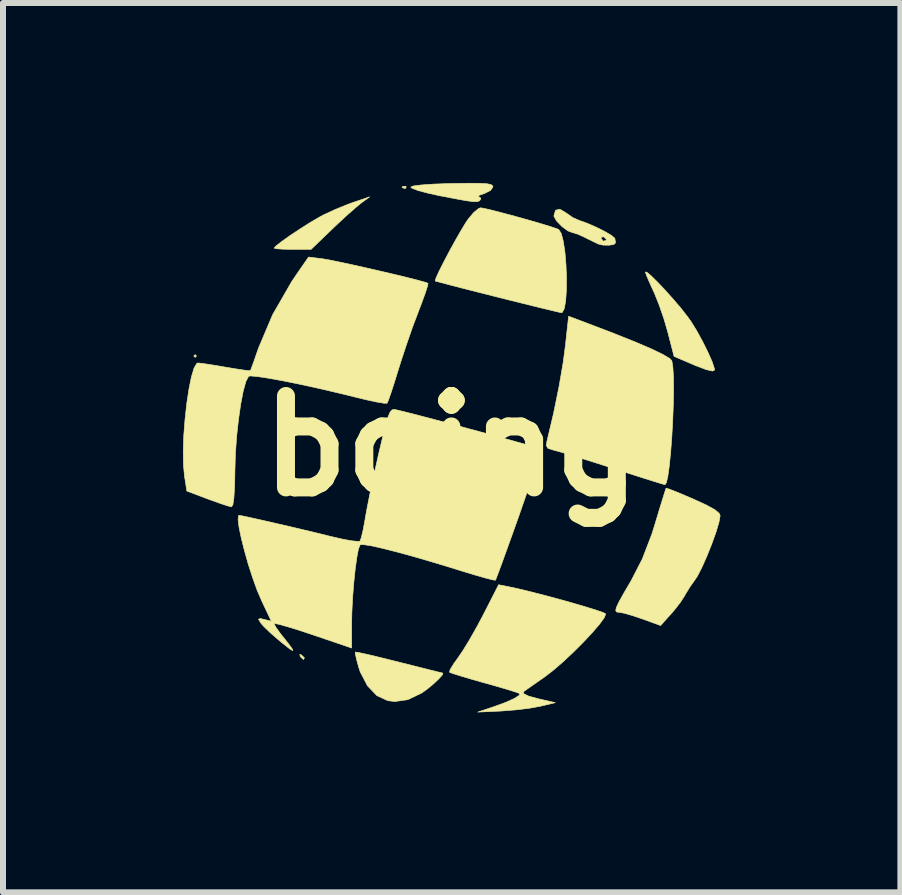
<source format=kicad_pcb>
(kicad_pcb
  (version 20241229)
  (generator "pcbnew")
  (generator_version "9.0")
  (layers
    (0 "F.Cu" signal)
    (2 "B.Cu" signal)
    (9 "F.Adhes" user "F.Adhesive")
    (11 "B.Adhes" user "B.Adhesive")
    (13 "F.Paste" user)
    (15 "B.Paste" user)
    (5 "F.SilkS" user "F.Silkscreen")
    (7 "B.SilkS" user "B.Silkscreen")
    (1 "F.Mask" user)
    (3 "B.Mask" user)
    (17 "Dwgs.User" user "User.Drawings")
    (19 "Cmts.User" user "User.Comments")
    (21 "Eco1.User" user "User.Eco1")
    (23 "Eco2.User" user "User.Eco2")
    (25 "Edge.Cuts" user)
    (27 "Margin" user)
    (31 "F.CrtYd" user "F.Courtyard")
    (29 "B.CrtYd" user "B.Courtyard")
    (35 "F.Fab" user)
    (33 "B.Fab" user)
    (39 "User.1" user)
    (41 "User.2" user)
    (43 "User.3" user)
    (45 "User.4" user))
  (footprint "boing"
    (layer "F.Cu")
    (at 4.475 4.386)
    (property "Reference" "boing" (at 0 0 0) (layer "F.SilkS") (effects (font (size 1.524 1.524) (thickness 0.3))))
    (attr through_hole)
    (fp_poly (pts (xy -4.249 -1.501) (xy -4.272 -1.478) (xy -4.295 -1.501) (xy -4.272 -1.524) (xy -4.249 -1.501)) (stroke (width 0.01) (type solid)) (fill yes) (layer "F.SilkS"))
    (fp_poly (pts (xy -0.754 -4.326) (xy -0.761 -4.298) (xy -0.785 -4.295) (xy -0.823 -4.312) (xy -0.816 -4.326) (xy -0.761 -4.331) (xy -0.754 -4.326)) (stroke (width 0.01) (type solid)) (fill yes) (layer "F.SilkS"))
    (fp_poly (pts (xy -2.501 3.482) (xy -2.451 3.529) (xy -2.462 3.556) (xy -2.468 3.556) (xy -2.507 3.523) (xy -2.521 3.503) (xy -2.527 3.471) (xy -2.501 3.482)) (stroke (width 0.01) (type solid)) (fill yes) (layer "F.SilkS"))
    (fp_poly (pts (xy -1.501 -4.054) (xy -1.593 -3.978) (xy -1.73 -3.858) (xy -1.889 -3.711) (xy -1.989 -3.616) (xy -2.339 -3.279) (xy -2.647 -3.279) (xy -2.802 -3.282) (xy -2.913 -3.289) (xy -2.956 -3.3) (xy -2.956 -3.3) (xy -2.919 -3.34) (xy -2.822 -3.415) (xy -2.684 -3.513) (xy -2.522 -3.62) (xy -2.357 -3.725) (xy -2.207 -3.813) (xy -2.125 -3.857) (xy -1.932 -3.946) (xy -1.72 -4.032) (xy -1.617 -4.069) (xy -1.362 -4.155) (xy -1.501 -4.054)) (stroke (width 0.01) (type solid)) (fill yes) (layer "F.SilkS"))
    (fp_poly (pts (xy -1.555 3.44) (xy -1.434 3.466) (xy -1.255 3.508) (xy -1.032 3.563) (xy -0.875 3.602) (xy -0.632 3.663) (xy -0.422 3.716) (xy -0.26 3.757) (xy -0.163 3.78) (xy -0.142 3.785) (xy -0.149 3.813) (xy -0.208 3.879) (xy -0.299 3.965) (xy -0.402 4.05) (xy -0.494 4.116) (xy -0.727 4.228) (xy -0.945 4.259) (xy -1.062 4.244) (xy -1.243 4.16) (xy -1.399 3.997) (xy -1.518 3.769) (xy -1.545 3.689) (xy -1.582 3.553) (xy -1.602 3.46) (xy -1.602 3.434) (xy -1.555 3.44)) (stroke (width 0.01) (type solid)) (fill yes) (layer "F.SilkS"))
    (fp_poly (pts (xy 3.26 -2.897) (xy 3.333 -2.835) (xy 3.439 -2.73) (xy 3.566 -2.596) (xy 3.699 -2.447) (xy 3.827 -2.297) (xy 3.935 -2.159) (xy 3.994 -2.077) (xy 4.091 -1.92) (xy 4.19 -1.739) (xy 4.279 -1.559) (xy 4.348 -1.402) (xy 4.384 -1.292) (xy 4.387 -1.268) (xy 4.353 -1.25) (xy 4.249 -1.274) (xy 4.069 -1.342) (xy 3.992 -1.375) (xy 3.712 -1.495) (xy 3.61 -1.89) (xy 3.544 -2.118) (xy 3.462 -2.356) (xy 3.381 -2.557) (xy 3.37 -2.579) (xy 3.302 -2.729) (xy 3.253 -2.844) (xy 3.233 -2.901) (xy 3.233 -2.902) (xy 3.26 -2.897)) (stroke (width 0.01) (type solid)) (fill yes) (layer "F.SilkS"))
    (fp_poly (pts (xy 0.47 -4.38) (xy 0.592 -4.373) (xy 0.661 -4.359) (xy 0.689 -4.337) (xy 0.693 -4.321) (xy 0.653 -4.262) (xy 0.554 -4.212) (xy 0.543 -4.208) (xy 0.46 -4.179) (xy 0.445 -4.162) (xy 0.453 -4.161) (xy 0.491 -4.131) (xy 0.485 -4.11) (xy 0.464 -4.086) (xy 0.426 -4.074) (xy 0.358 -4.075) (xy 0.244 -4.091) (xy 0.071 -4.122) (xy -0.178 -4.17) (xy -0.196 -4.173) (xy -0.395 -4.217) (xy -0.553 -4.259) (xy -0.652 -4.296) (xy -0.678 -4.318) (xy -0.627 -4.337) (xy -0.496 -4.353) (xy -0.297 -4.367) (xy -0.043 -4.376) (xy 0.015 -4.377) (xy 0.282 -4.381) (xy 0.47 -4.38)) (stroke (width 0.01) (type solid)) (fill yes) (layer "F.SilkS"))
    (fp_poly (pts (xy 2.257 -2.05) (xy 2.705 -1.879) (xy 3.066 -1.735) (xy 3.342 -1.616) (xy 3.534 -1.523) (xy 3.645 -1.455) (xy 3.675 -1.421) (xy 3.692 -1.315) (xy 3.702 -1.145) (xy 3.704 -0.928) (xy 3.699 -0.678) (xy 3.689 -0.412) (xy 3.674 -0.146) (xy 3.655 0.106) (xy 3.633 0.326) (xy 3.609 0.5) (xy 3.584 0.611) (xy 3.561 0.644) (xy 3.51 0.63) (xy 3.386 0.592) (xy 3.201 0.534) (xy 2.972 0.461) (xy 2.71 0.377) (xy 2.696 0.372) (xy 2.423 0.285) (xy 2.171 0.206) (xy 1.957 0.14) (xy 1.798 0.093) (xy 1.711 0.07) (xy 1.611 0.039) (xy 1.581 -0.011) (xy 1.594 -0.085) (xy 1.701 -0.535) (xy 1.793 -0.983) (xy 1.864 -1.397) (xy 1.9 -1.671) (xy 1.954 -2.164) (xy 2.257 -2.05)) (stroke (width 0.01) (type solid)) (fill yes) (layer "F.SilkS"))
    (fp_poly (pts (xy 1.908 -3.889) (xy 2.025 -3.808) (xy 2.124 -3.764) (xy 2.259 -3.716) (xy 2.411 -3.65) (xy 2.555 -3.578) (xy 2.666 -3.513) (xy 2.722 -3.467) (xy 2.725 -3.46) (xy 2.736 -3.389) (xy 2.736 -3.388) (xy 2.709 -3.361) (xy 2.627 -3.348) (xy 2.527 -3.35) (xy 2.448 -3.369) (xy 2.361 -3.411) (xy 2.25 -3.466) (xy 2.494 -3.466) (xy 2.527 -3.419) (xy 2.54 -3.417) (xy 2.585 -3.433) (xy 2.586 -3.438) (xy 2.554 -3.477) (xy 2.54 -3.487) (xy 2.497 -3.483) (xy 2.494 -3.466) (xy 2.25 -3.466) (xy 2.24 -3.471) (xy 2.225 -3.479) (xy 2.112 -3.53) (xy 2.034 -3.555) (xy 2.026 -3.556) (xy 1.942 -3.587) (xy 1.84 -3.663) (xy 1.752 -3.754) (xy 1.709 -3.832) (xy 1.709 -3.839) (xy 1.736 -3.931) (xy 1.808 -3.949) (xy 1.908 -3.889)) (stroke (width 0.01) (type solid)) (fill yes) (layer "F.SilkS"))
    (fp_poly (pts (xy 3.623 0.715) (xy 3.733 0.757) (xy 3.892 0.823) (xy 4.034 0.884) (xy 4.254 0.985) (xy 4.395 1.063) (xy 4.466 1.124) (xy 4.48 1.16) (xy 4.461 1.268) (xy 4.412 1.433) (xy 4.341 1.631) (xy 4.259 1.836) (xy 4.176 2.023) (xy 4.102 2.167) (xy 4.069 2.217) (xy 3.976 2.349) (xy 3.899 2.474) (xy 3.887 2.498) (xy 3.82 2.601) (xy 3.718 2.733) (xy 3.656 2.804) (xy 3.487 2.992) (xy 3.187 2.883) (xy 3.022 2.827) (xy 2.882 2.787) (xy 2.801 2.772) (xy 2.757 2.767) (xy 2.739 2.743) (xy 2.751 2.689) (xy 2.796 2.593) (xy 2.881 2.441) (xy 3 2.238) (xy 3.183 1.882) (xy 3.342 1.468) (xy 3.4 1.282) (xy 3.464 1.068) (xy 3.519 0.889) (xy 3.559 0.762) (xy 3.578 0.705) (xy 3.579 0.703) (xy 3.623 0.715)) (stroke (width 0.01) (type solid)) (fill yes) (layer "F.SilkS"))
    (fp_poly (pts (xy 0.559 -3.959) (xy 0.698 -3.926) (xy 0.883 -3.878) (xy 1.094 -3.821) (xy 1.309 -3.761) (xy 1.507 -3.703) (xy 1.667 -3.654) (xy 1.768 -3.619) (xy 1.79 -3.609) (xy 1.832 -3.542) (xy 1.866 -3.409) (xy 1.893 -3.23) (xy 1.91 -3.022) (xy 1.919 -2.806) (xy 1.917 -2.6) (xy 1.905 -2.422) (xy 1.882 -2.291) (xy 1.847 -2.227) (xy 1.832 -2.223) (xy 1.774 -2.236) (xy 1.639 -2.268) (xy 1.441 -2.316) (xy 1.195 -2.377) (xy 0.913 -2.447) (xy 0.762 -2.485) (xy 0.47 -2.559) (xy 0.209 -2.625) (xy -0.007 -2.681) (xy -0.166 -2.723) (xy -0.255 -2.747) (xy -0.27 -2.752) (xy -0.258 -2.797) (xy -0.211 -2.903) (xy -0.136 -3.052) (xy -0.045 -3.226) (xy 0.054 -3.407) (xy 0.15 -3.575) (xy 0.233 -3.713) (xy 0.281 -3.785) (xy 0.373 -3.894) (xy 0.456 -3.961) (xy 0.487 -3.972) (xy 0.559 -3.959)) (stroke (width 0.01) (type solid)) (fill yes) (layer "F.SilkS"))
    (fp_poly (pts (xy 0.936 2.341) (xy 1.11 2.378) (xy 1.324 2.43) (xy 1.562 2.491) (xy 1.808 2.557) (xy 2.045 2.624) (xy 2.256 2.686) (xy 2.426 2.739) (xy 2.537 2.778) (xy 2.572 2.798) (xy 2.55 2.859) (xy 2.472 2.966) (xy 2.351 3.108) (xy 2.199 3.27) (xy 2.03 3.439) (xy 1.857 3.601) (xy 1.693 3.742) (xy 1.559 3.845) (xy 1.407 3.951) (xy 1.287 4.035) (xy 1.215 4.086) (xy 1.205 4.094) (xy 1.205 4.128) (xy 1.286 4.168) (xy 1.454 4.214) (xy 1.486 4.221) (xy 1.732 4.278) (xy 1.478 4.338) (xy 1.305 4.37) (xy 1.084 4.397) (xy 0.859 4.415) (xy 0.831 4.417) (xy 0.439 4.435) (xy 0.693 4.35) (xy 0.897 4.276) (xy 1.047 4.209) (xy 1.131 4.156) (xy 1.14 4.127) (xy 1.09 4.107) (xy 0.968 4.068) (xy 0.792 4.016) (xy 0.58 3.956) (xy 0.554 3.949) (xy 0.339 3.888) (xy 0.158 3.834) (xy 0.029 3.794) (xy -0.031 3.771) (xy -0.033 3.77) (xy -0.019 3.724) (xy 0.039 3.629) (xy 0.109 3.532) (xy 0.197 3.402) (xy 0.31 3.216) (xy 0.432 3) (xy 0.531 2.814) (xy 0.787 2.312) (xy 0.936 2.341)) (stroke (width 0.01) (type solid)) (fill yes) (layer "F.SilkS"))
    (fp_poly (pts (xy -2.149 -3.122) (xy -2.043 -3.104) (xy -1.876 -3.07) (xy -1.665 -3.025) (xy -1.428 -2.972) (xy -1.18 -2.915) (xy -0.939 -2.859) (xy -0.722 -2.806) (xy -0.547 -2.761) (xy -0.43 -2.729) (xy -0.389 -2.713) (xy -0.398 -2.666) (xy -0.435 -2.552) (xy -0.494 -2.389) (xy -0.552 -2.237) (xy -0.646 -1.988) (xy -0.748 -1.694) (xy -0.844 -1.403) (xy -0.889 -1.259) (xy -0.953 -1.053) (xy -1.009 -0.881) (xy -1.051 -0.762) (xy -1.072 -0.714) (xy -1.124 -0.714) (xy -1.246 -0.734) (xy -1.417 -0.771) (xy -1.553 -0.804) (xy -1.888 -0.886) (xy -2.218 -0.963) (xy -2.53 -1.031) (xy -2.811 -1.088) (xy -3.05 -1.131) (xy -3.233 -1.159) (xy -3.348 -1.169) (xy -3.381 -1.163) (xy -3.426 -1.076) (xy -3.471 -0.914) (xy -3.513 -0.695) (xy -3.55 -0.435) (xy -3.581 -0.152) (xy -3.601 0.137) (xy -3.608 0.381) (xy -3.614 0.667) (xy -3.626 0.866) (xy -3.643 0.979) (xy -3.666 1.013) (xy -3.731 0.997) (xy -3.858 0.955) (xy -4.022 0.896) (xy -4.064 0.881) (xy -4.41 0.75) (xy -4.449 0.502) (xy -4.467 0.31) (xy -4.47 0.077) (xy -4.461 -0.182) (xy -4.44 -0.45) (xy -4.411 -0.712) (xy -4.375 -0.951) (xy -4.334 -1.153) (xy -4.29 -1.3) (xy -4.244 -1.378) (xy -4.225 -1.385) (xy -4.156 -1.378) (xy -4.021 -1.358) (xy -3.844 -1.329) (xy -3.764 -1.315) (xy -3.583 -1.285) (xy -3.442 -1.264) (xy -3.361 -1.256) (xy -3.35 -1.257) (xy -3.332 -1.304) (xy -3.291 -1.416) (xy -3.236 -1.575) (xy -3.213 -1.639) (xy -2.98 -2.19) (xy -2.662 -2.742) (xy -2.569 -2.88) (xy -2.381 -3.151) (xy -2.149 -3.122)) (stroke (width 0.01) (type solid)) (fill yes) (layer "F.SilkS"))
    (fp_poly (pts (xy -0.946 -0.61) (xy -0.87 -0.593) (xy -0.722 -0.556) (xy -0.518 -0.504) (xy -0.272 -0.439) (xy 0.001 -0.366) (xy 0.288 -0.289) (xy 0.573 -0.212) (xy 0.841 -0.138) (xy 1.079 -0.072) (xy 1.271 -0.018) (xy 1.403 0.021) (xy 1.46 0.04) (xy 1.461 0.04) (xy 1.465 0.092) (xy 1.435 0.224) (xy 1.372 0.437) (xy 1.274 0.734) (xy 1.142 1.115) (xy 1.132 1.145) (xy 1.026 1.442) (xy 0.93 1.708) (xy 0.849 1.933) (xy 0.786 2.104) (xy 0.746 2.209) (xy 0.733 2.237) (xy 0.685 2.23) (xy 0.566 2.199) (xy 0.393 2.15) (xy 0.183 2.086) (xy 0.139 2.072) (xy -0.24 1.956) (xy -0.588 1.854) (xy -0.895 1.769) (xy -1.152 1.704) (xy -1.349 1.66) (xy -1.477 1.642) (xy -1.523 1.647) (xy -1.55 1.717) (xy -1.577 1.86) (xy -1.604 2.056) (xy -1.628 2.286) (xy -1.647 2.53) (xy -1.659 2.768) (xy -1.663 2.945) (xy -1.663 3.367) (xy -2.309 3.147) (xy -2.535 3.072) (xy -2.727 3.013) (xy -2.869 2.973) (xy -2.946 2.958) (xy -2.956 2.961) (xy -2.929 3.016) (xy -2.864 3.108) (xy -2.851 3.125) (xy -2.721 3.288) (xy -2.652 3.383) (xy -2.644 3.412) (xy -2.698 3.379) (xy -2.816 3.286) (xy -2.886 3.228) (xy -3.017 3.114) (xy -3.125 3.01) (xy -3.178 2.95) (xy -3.215 2.887) (xy -3.186 2.875) (xy -3.121 2.89) (xy -3.002 2.92) (xy -3.163 2.579) (xy -3.238 2.405) (xy -3.313 2.196) (xy -3.386 1.97) (xy -3.45 1.743) (xy -3.503 1.532) (xy -3.54 1.353) (xy -3.556 1.223) (xy -3.548 1.159) (xy -3.539 1.155) (xy -3.483 1.165) (xy -3.354 1.192) (xy -3.171 1.233) (xy -2.952 1.283) (xy -2.713 1.338) (xy -2.473 1.395) (xy -2.249 1.448) (xy -2.059 1.495) (xy -2.014 1.506) (xy -1.82 1.551) (xy -1.66 1.58) (xy -1.554 1.59) (xy -1.523 1.584) (xy -1.501 1.523) (xy -1.471 1.397) (xy -1.44 1.229) (xy -1.436 1.201) (xy -1.405 1.032) (xy -1.359 0.799) (xy -1.301 0.528) (xy -1.238 0.244) (xy -1.209 0.115) (xy -1.144 -0.159) (xy -1.094 -0.356) (xy -1.055 -0.488) (xy -1.022 -0.566) (xy -0.99 -0.602) (xy -0.956 -0.611) (xy -0.946 -0.61)) (stroke (width 0.01) (type solid)) (fill yes) (layer "F.SilkS")))
  (gr_rect
    (start -3 -3)
    (end 11.96 11.826)
    (stroke (width 0.1) (type default))
    (fill no)
    (layer "Edge.Cuts")))
</source>
